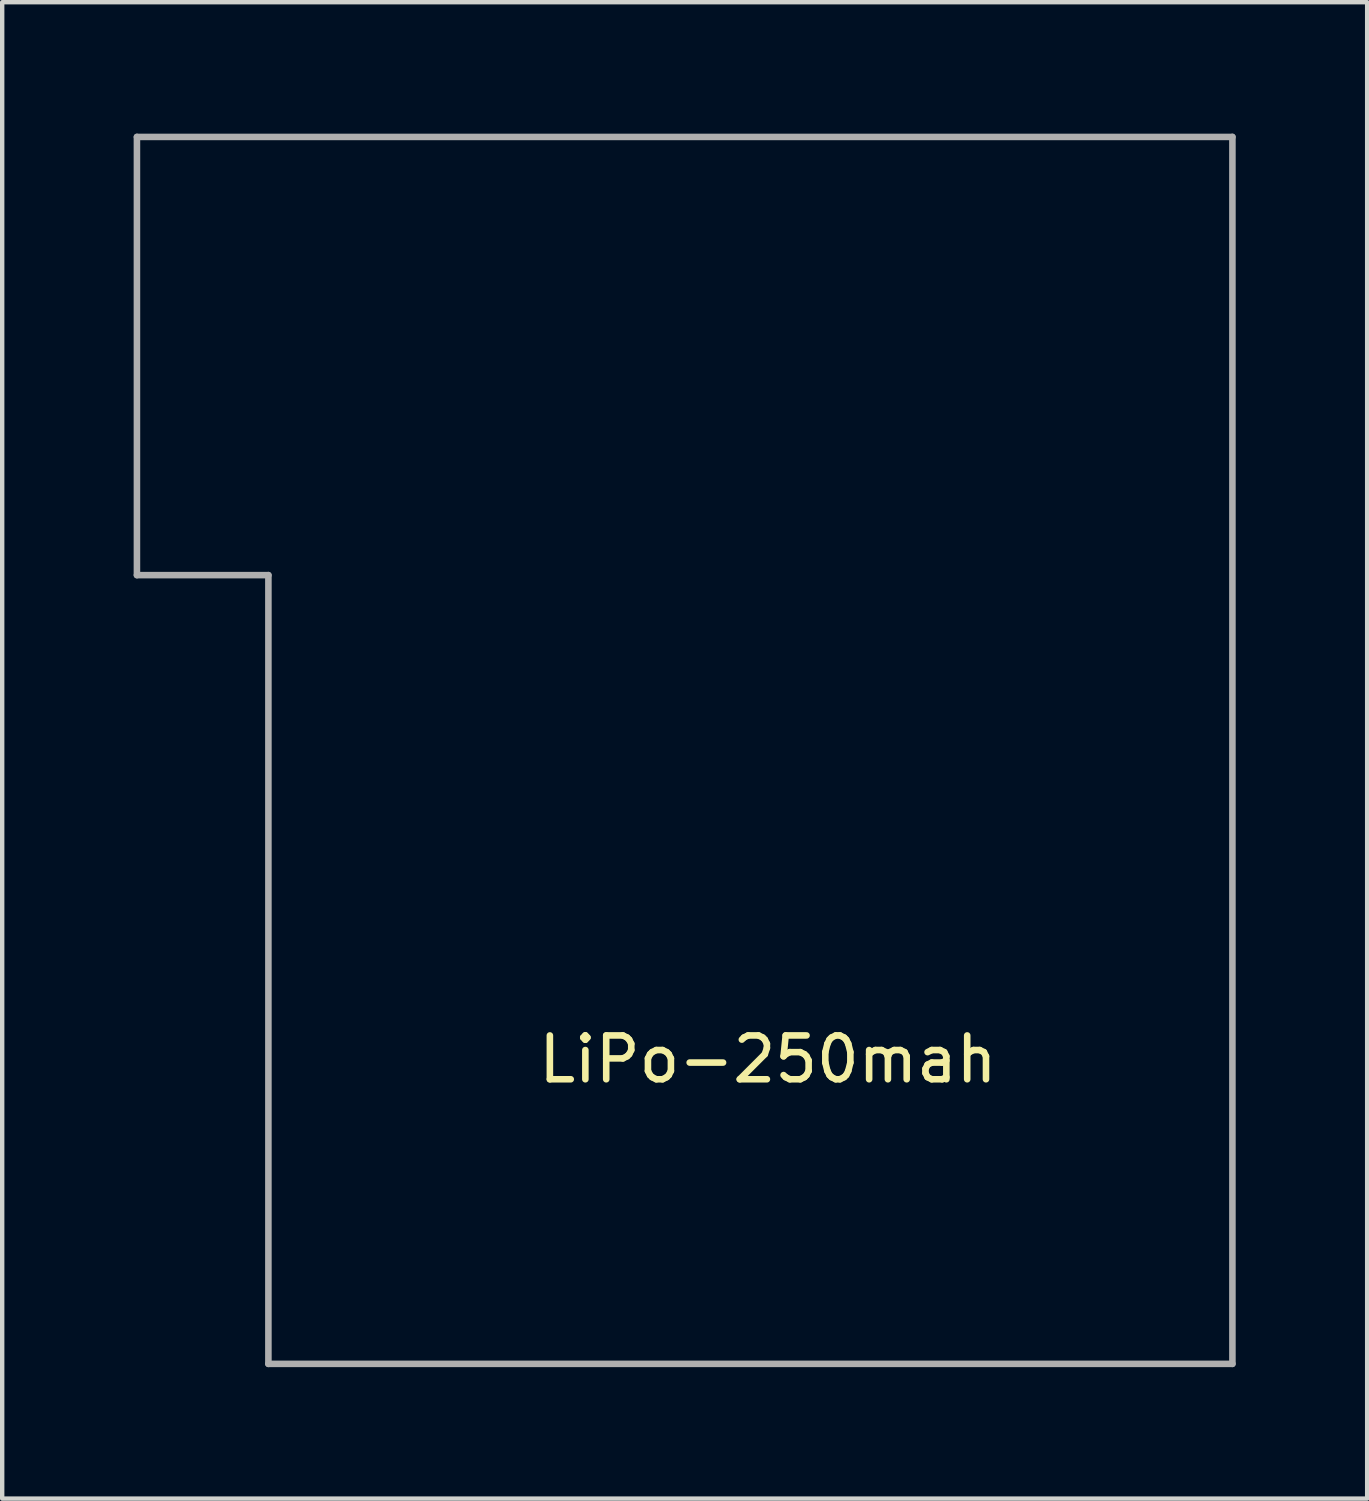
<source format=kicad_pcb>
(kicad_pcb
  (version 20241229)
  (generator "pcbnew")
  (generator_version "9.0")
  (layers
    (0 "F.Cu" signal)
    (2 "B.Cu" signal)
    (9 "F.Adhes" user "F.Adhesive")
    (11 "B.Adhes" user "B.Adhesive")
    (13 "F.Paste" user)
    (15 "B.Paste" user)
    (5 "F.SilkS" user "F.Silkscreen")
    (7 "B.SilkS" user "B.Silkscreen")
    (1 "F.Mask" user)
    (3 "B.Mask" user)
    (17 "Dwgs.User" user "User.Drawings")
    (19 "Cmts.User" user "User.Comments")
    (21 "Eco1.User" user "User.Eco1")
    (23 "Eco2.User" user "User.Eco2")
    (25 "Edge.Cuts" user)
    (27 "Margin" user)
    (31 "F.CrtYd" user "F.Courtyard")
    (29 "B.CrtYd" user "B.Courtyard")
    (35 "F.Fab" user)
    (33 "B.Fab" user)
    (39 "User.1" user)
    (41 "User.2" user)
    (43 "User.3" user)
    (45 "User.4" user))
  (footprint "LiPo-250mah"
    (layer "F.Cu")
    (at 14.075 14.075)
    (property "Reference" "LiPo-250mah" (at 0.4 7.05 0) (layer "F.SilkS") (effects (font (size 1 1) (thickness 0.15))))
    (attr smd)
    (fp_line (start -14 -14) (end -14 -4) (stroke (width 0.15) (type solid)) (layer "F.Fab"))
    (fp_line (start -14 -4) (end -11 -4) (stroke (width 0.15) (type solid)) (layer "F.Fab"))
    (fp_line (start -11 -4) (end -11 14) (stroke (width 0.15) (type solid)) (layer "F.Fab"))
    (fp_line (start -11 14) (end 11 14) (stroke (width 0.15) (type solid)) (layer "F.Fab"))
    (fp_line (start 11 -14) (end -14 -14) (stroke (width 0.15) (type solid)) (layer "F.Fab"))
    (fp_line (start 11 14) (end 11 -14) (stroke (width 0.15) (type solid)) (layer "F.Fab")))
  (gr_rect
    (start -3 -3)
    (end 28.15 31.15)
    (stroke (width 0.1) (type default))
    (fill no)
    (layer "Edge.Cuts")))
</source>
